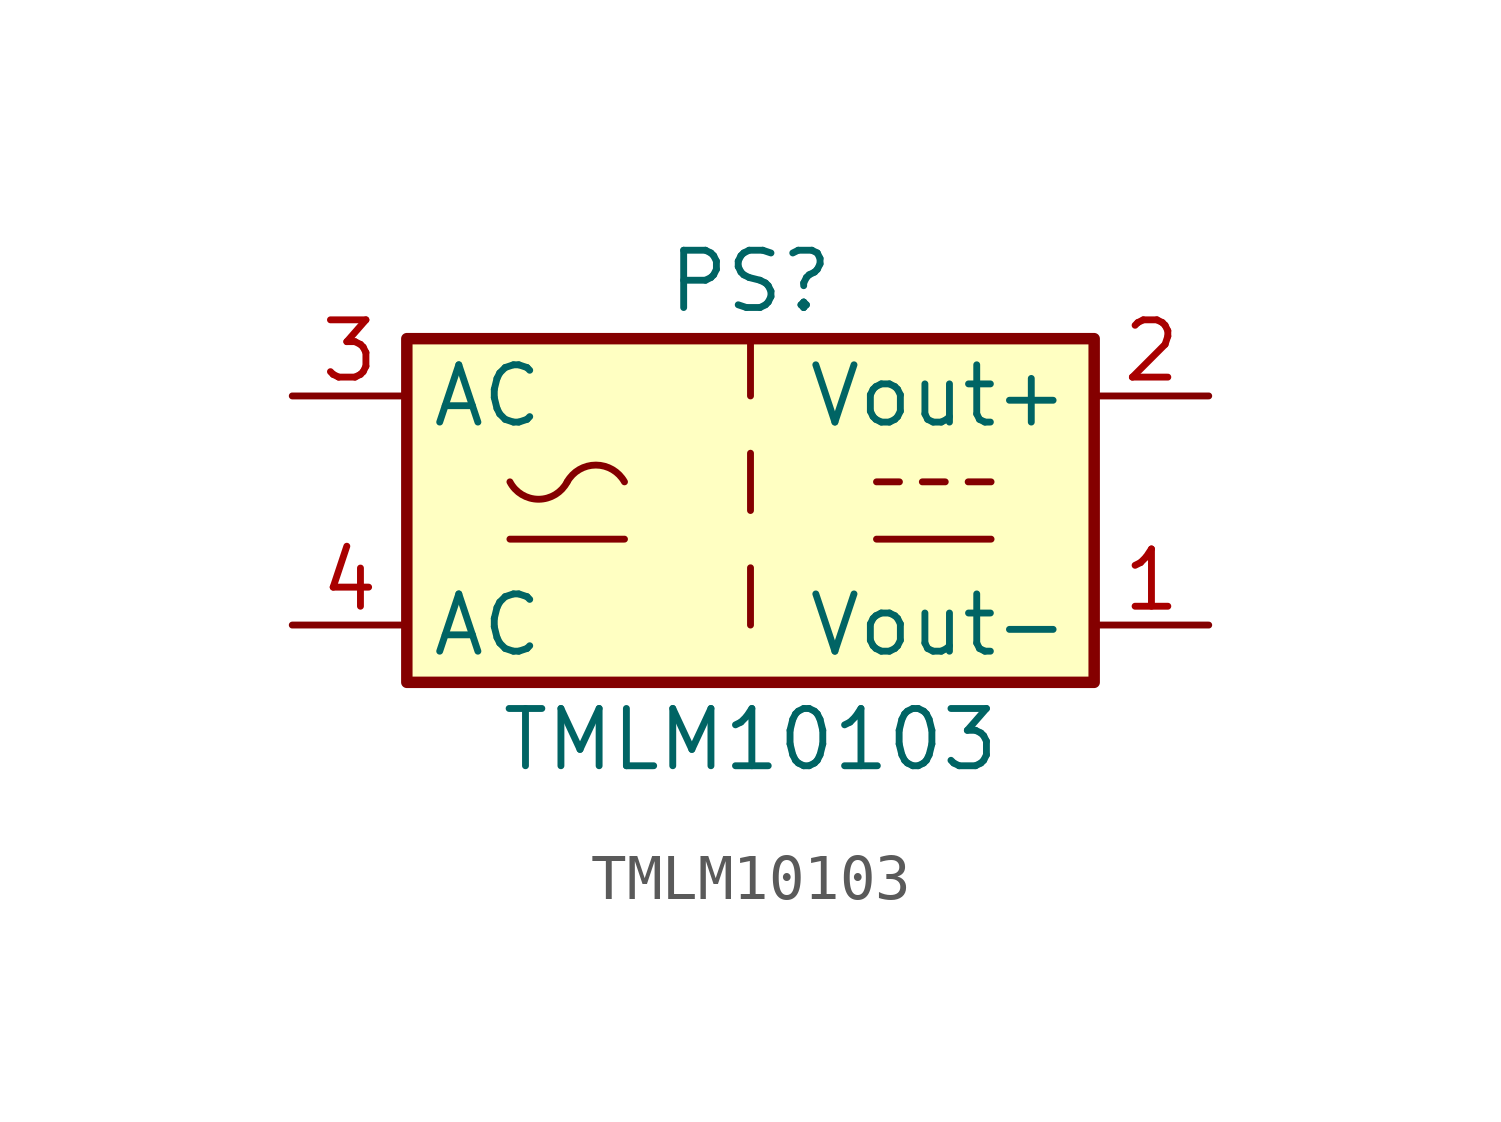
<source format=kicad_sym>
(kicad_symbol_lib
  (version 20220914)
  (generator kicad_symbol_editor)
  (symbol "TMLM10103"
    (property "Reference" "PS"
      (at 0 5.08 0)
      (effects (font (size 1.27 1.27))))
    (property "Value" "TMLM10103"
      (at 0 -5.08 0)
      (effects (font (size 1.27 1.27))))
    (symbol "TMLM10103_0_1"
      (rectangle (start -7.62 3.81) (end 7.62 -3.81) (stroke (width 0.254) (type default)) (fill (type background)))
      (arc (start -5.334 0.635) (mid -4.699 0.2495) (end -4.064 0.635) (stroke (width 0) (type default)) (fill (type none)))
      (arc (start -2.794 0.635) (mid -3.429 1.0072) (end -4.064 0.635) (stroke (width 0) (type default)) (fill (type none)))
      (polyline (pts (xy -5.334 -0.635) (xy -2.794 -0.635)) (stroke (width 0) (type default)) (fill (type none)))
      (polyline (pts (xy 2.794 -0.635) (xy 5.334 -0.635)) (stroke (width 0) (type default)) (fill (type none)))
      (polyline (pts (xy 2.794 0.635) (xy 3.302 0.635)) (stroke (width 0) (type default)) (fill (type none)))
      (polyline (pts (xy 3.81 0.635) (xy 4.318 0.635)) (stroke (width 0) (type default)) (fill (type none)))
      (polyline (pts (xy 4.826 0.635) (xy 5.334 0.635)) (stroke (width 0) (type default)) (fill (type none))))
    (symbol "TMLM10103_1_1"
      (polyline (pts (xy 0 -1.27) (xy 0 -2.54)) (stroke (width 0) (type default)) (fill (type none)))
      (polyline (pts (xy 0 1.27) (xy 0 0)) (stroke (width 0) (type default)) (fill (type none)))
      (polyline (pts (xy 0 3.81) (xy 0 2.54)) (stroke (width 0) (type default)) (fill (type none)))
      (pin power_out line (at 10.16 -2.54 180) (length 2.54) (name "Vout-" (effects (font (size 1.27 1.27)))) (number "1" (effects (font (size 1.27 1.27)))))
      (pin power_out line (at 10.16 2.54 180) (length 2.54) (name "Vout+" (effects (font (size 1.27 1.27)))) (number "2" (effects (font (size 1.27 1.27)))))
      (pin power_in line (at -10.16 2.54 0) (length 2.54) (name "AC" (effects (font (size 1.27 1.27)))) (number "3" (effects (font (size 1.27 1.27)))))
      (pin power_in line (at -10.16 -2.54 0) (length 2.54) (name "AC" (effects (font (size 1.27 1.27)))) (number "4" (effects (font (size 1.27 1.27))))))))
</source>
